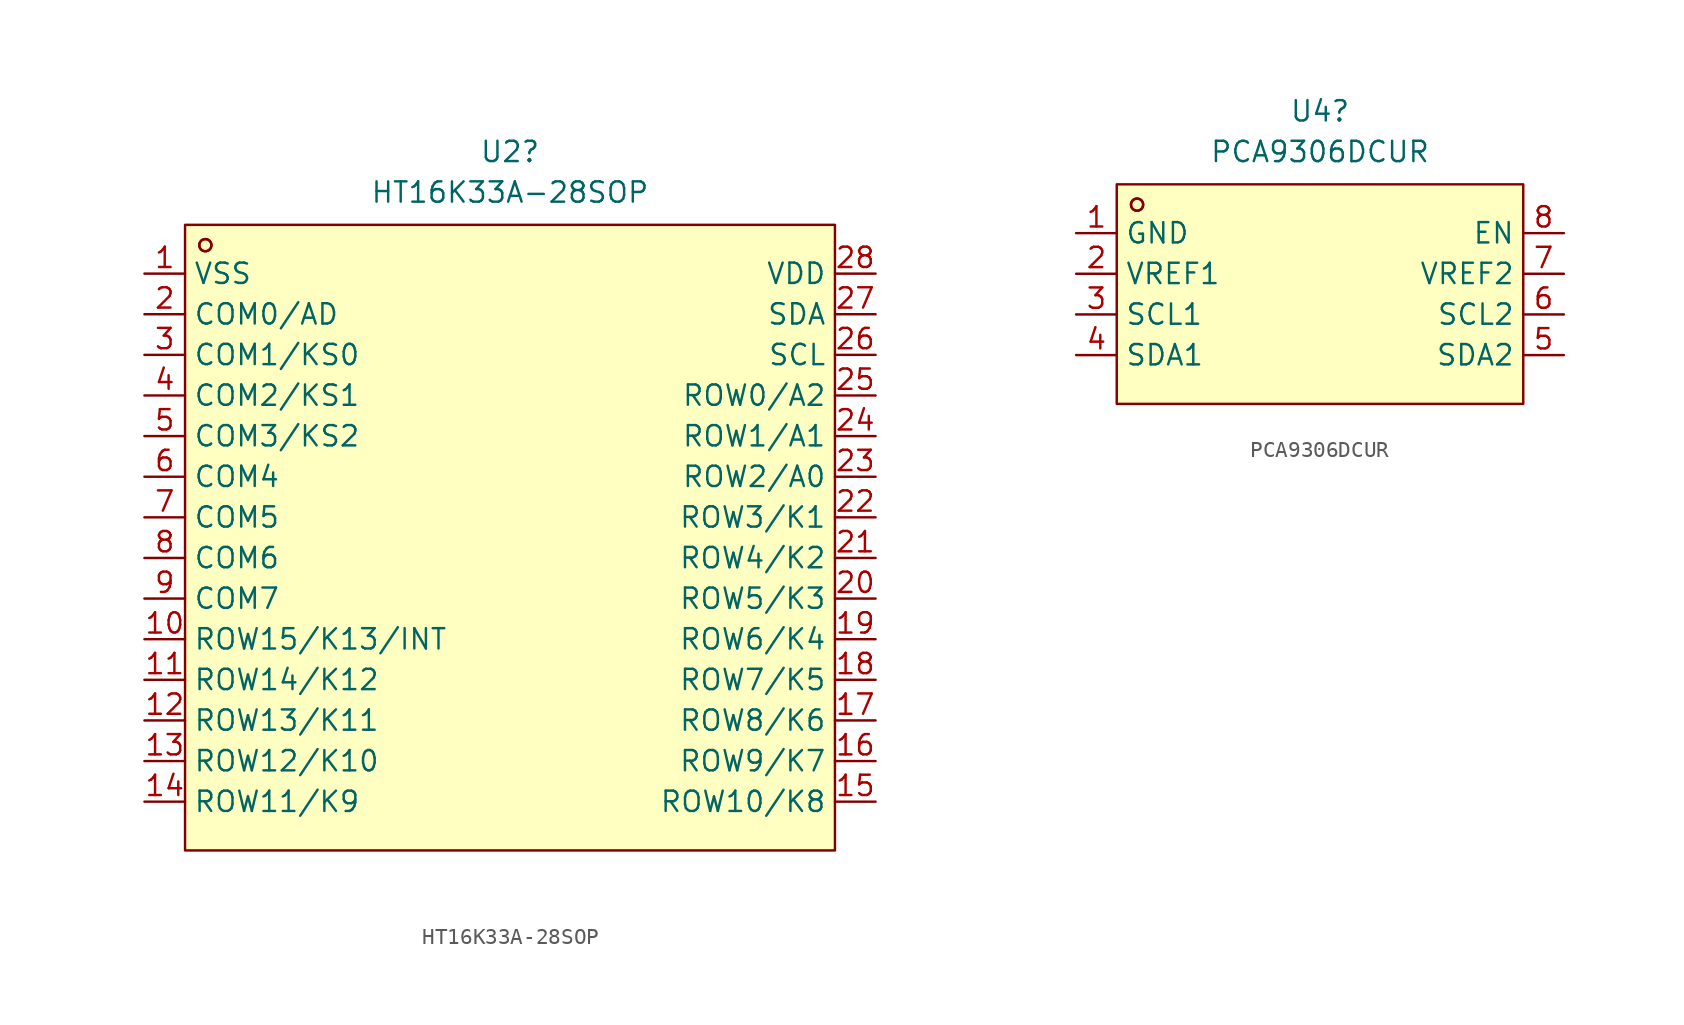
<source format=kicad_sym>
(kicad_symbol_lib
  (version 20241209)
  (generator "kicad_symbol_editor")
  (generator_version "9.0")
  (symbol "HT16K33A-28SOP"
    (property "Reference" "U2"
      (at 0 25.4 0)
      (effects (font (size 1.27 1.27))))
    (property "Value" "HT16K33A-28SOP"
      (at 0 22.86 0)
      (effects (font (size 1.27 1.27))))
    (symbol "HT16K33A-28SOP_0_1"
      (rectangle (start -20.32 20.83) (end 20.32 -18.29) (stroke (width 0) (type default)) (fill (type background)))
      (circle (center -19.05 19.56) (radius 0.38) (stroke (width 0) (type default)) (fill (type none)))
      (circle (center -19.05 19.56) (radius 0.38) (stroke (width 0) (type default)) (fill (type none)))
      (pin output line (at -22.86 12.7 0) (length 2.54) (name "COM1/KS0" (effects (font (size 1.27 1.27)))) (number "3" (effects (font (size 1.27 1.27)))))
      (pin output line (at -22.86 10.16 0) (length 2.54) (name "COM2/KS1" (effects (font (size 1.27 1.27)))) (number "4" (effects (font (size 1.27 1.27)))))
      (pin output line (at -22.86 7.62 0) (length 2.54) (name "COM3/KS2" (effects (font (size 1.27 1.27)))) (number "5" (effects (font (size 1.27 1.27)))))
      (pin output line (at -22.86 5.08 0) (length 2.54) (name "COM4" (effects (font (size 1.27 1.27)))) (number "6" (effects (font (size 1.27 1.27)))))
      (pin output line (at -22.86 2.54 0) (length 2.54) (name "COM5" (effects (font (size 1.27 1.27)))) (number "7" (effects (font (size 1.27 1.27)))))
      (pin output line (at -22.86 0 0) (length 2.54) (name "COM6" (effects (font (size 1.27 1.27)))) (number "8" (effects (font (size 1.27 1.27)))))
      (pin output line (at -22.86 -2.54 0) (length 2.54) (name "COM7" (effects (font (size 1.27 1.27)))) (number "9" (effects (font (size 1.27 1.27)))))
      (pin output line (at -22.86 -5.08 0) (length 2.54) (name "ROW15/K13/INT" (effects (font (size 1.27 1.27)))) (number "10" (effects (font (size 1.27 1.27)))))
      (pin output line (at -22.86 -7.62 0) (length 2.54) (name "ROW14/K12" (effects (font (size 1.27 1.27)))) (number "11" (effects (font (size 1.27 1.27)))))
      (pin output line (at -22.86 -10.16 0) (length 2.54) (name "ROW13/K11" (effects (font (size 1.27 1.27)))) (number "12" (effects (font (size 1.27 1.27)))))
      (pin output line (at -22.86 -12.7 0) (length 2.54) (name "ROW12/K10" (effects (font (size 1.27 1.27)))) (number "13" (effects (font (size 1.27 1.27)))))
      (pin output line (at -22.86 -15.24 0) (length 2.54) (name "ROW11/K9" (effects (font (size 1.27 1.27)))) (number "14" (effects (font (size 1.27 1.27)))))
      (pin bidirectional line (at 22.86 15.24 180) (length 2.54) (name "SDA" (effects (font (size 1.27 1.27)))) (number "27" (effects (font (size 1.27 1.27)))))
      (pin bidirectional line (at 22.86 12.7 180) (length 2.54) (name "SCL" (effects (font (size 1.27 1.27)))) (number "26" (effects (font (size 1.27 1.27)))))
      (pin output line (at 22.86 10.16 180) (length 2.54) (name "ROW0/A2" (effects (font (size 1.27 1.27)))) (number "25" (effects (font (size 1.27 1.27)))))
      (pin output line (at 22.86 7.62 180) (length 2.54) (name "ROW1/A1" (effects (font (size 1.27 1.27)))) (number "24" (effects (font (size 1.27 1.27)))))
      (pin output line (at 22.86 5.08 180) (length 2.54) (name "ROW2/A0" (effects (font (size 1.27 1.27)))) (number "23" (effects (font (size 1.27 1.27)))))
      (pin output line (at 22.86 2.54 180) (length 2.54) (name "ROW3/K1" (effects (font (size 1.27 1.27)))) (number "22" (effects (font (size 1.27 1.27)))))
      (pin output line (at 22.86 0 180) (length 2.54) (name "ROW4/K2" (effects (font (size 1.27 1.27)))) (number "21" (effects (font (size 1.27 1.27)))))
      (pin output line (at 22.86 -2.54 180) (length 2.54) (name "ROW5/K3" (effects (font (size 1.27 1.27)))) (number "20" (effects (font (size 1.27 1.27)))))
      (pin output line (at 22.86 -5.08 180) (length 2.54) (name "ROW6/K4" (effects (font (size 1.27 1.27)))) (number "19" (effects (font (size 1.27 1.27)))))
      (pin output line (at 22.86 -7.62 180) (length 2.54) (name "ROW7/K5" (effects (font (size 1.27 1.27)))) (number "18" (effects (font (size 1.27 1.27)))))
      (pin output line (at 22.86 -10.16 180) (length 2.54) (name "ROW8/K6" (effects (font (size 1.27 1.27)))) (number "17" (effects (font (size 1.27 1.27)))))
      (pin output line (at 22.86 -12.7 180) (length 2.54) (name "ROW9/K7" (effects (font (size 1.27 1.27)))) (number "16" (effects (font (size 1.27 1.27)))))
      (pin output line (at 22.86 -15.24 180) (length 2.54) (name "ROW10/K8" (effects (font (size 1.27 1.27)))) (number "15" (effects (font (size 1.27 1.27))))))
    (symbol "HT16K33A-28SOP_1_1"
      (pin power_in line (at -22.86 17.78 0) (length 2.54) (name "VSS" (effects (font (size 1.27 1.27)))) (number "1" (effects (font (size 1.27 1.27)))))
      (pin output line (at -22.86 15.24 0) (length 2.54) (name "COM0/AD" (effects (font (size 1.27 1.27)))) (number "2" (effects (font (size 1.27 1.27)))))
      (pin power_in line (at 22.86 17.78 180) (length 2.54) (name "VDD" (effects (font (size 1.27 1.27)))) (number "28" (effects (font (size 1.27 1.27)))))))
  (symbol "PCA9306DCUR"
    (property "Reference" "U4"
      (at 0 11.43 0)
      (effects (font (size 1.27 1.27))))
    (property "Value" "PCA9306DCUR"
      (at 0 8.89 0)
      (effects (font (size 1.27 1.27))))
    (symbol "PCA9306DCUR_0_1"
      (rectangle (start -12.7 6.86) (end 12.7 -6.86) (stroke (width 0) (type default)) (fill (type background)))
      (circle (center -11.43 5.59) (radius 0.38) (stroke (width 0) (type default)) (fill (type none)))
      (circle (center -11.43 5.59) (radius 0.38) (stroke (width 0) (type default)) (fill (type none)))
      (pin power_in line (at -15.24 3.81 0) (length 2.54) (name "GND" (effects (font (size 1.27 1.27)))) (number "1" (effects (font (size 1.27 1.27)))))
      (pin power_in line (at -15.24 1.27 0) (length 2.54) (name "VREF1" (effects (font (size 1.27 1.27)))) (number "2" (effects (font (size 1.27 1.27)))))
      (pin bidirectional line (at -15.24 -1.27 0) (length 2.54) (name "SCL1" (effects (font (size 1.27 1.27)))) (number "3" (effects (font (size 1.27 1.27)))))
      (pin bidirectional line (at -15.24 -3.81 0) (length 2.54) (name "SDA1" (effects (font (size 1.27 1.27)))) (number "4" (effects (font (size 1.27 1.27)))))
      (pin input line (at 15.24 3.81 180) (length 2.54) (name "EN" (effects (font (size 1.27 1.27)))) (number "8" (effects (font (size 1.27 1.27)))))
      (pin bidirectional line (at 15.24 -1.27 180) (length 2.54) (name "SCL2" (effects (font (size 1.27 1.27)))) (number "6" (effects (font (size 1.27 1.27)))))
      (pin bidirectional line (at 15.24 -3.81 180) (length 2.54) (name "SDA2" (effects (font (size 1.27 1.27)))) (number "5" (effects (font (size 1.27 1.27))))))
    (symbol "PCA9306DCUR_1_1"
      (pin power_in line (at 15.24 1.27 180) (length 2.54) (name "VREF2" (effects (font (size 1.27 1.27)))) (number "7" (effects (font (size 1.27 1.27))))))))
</source>
